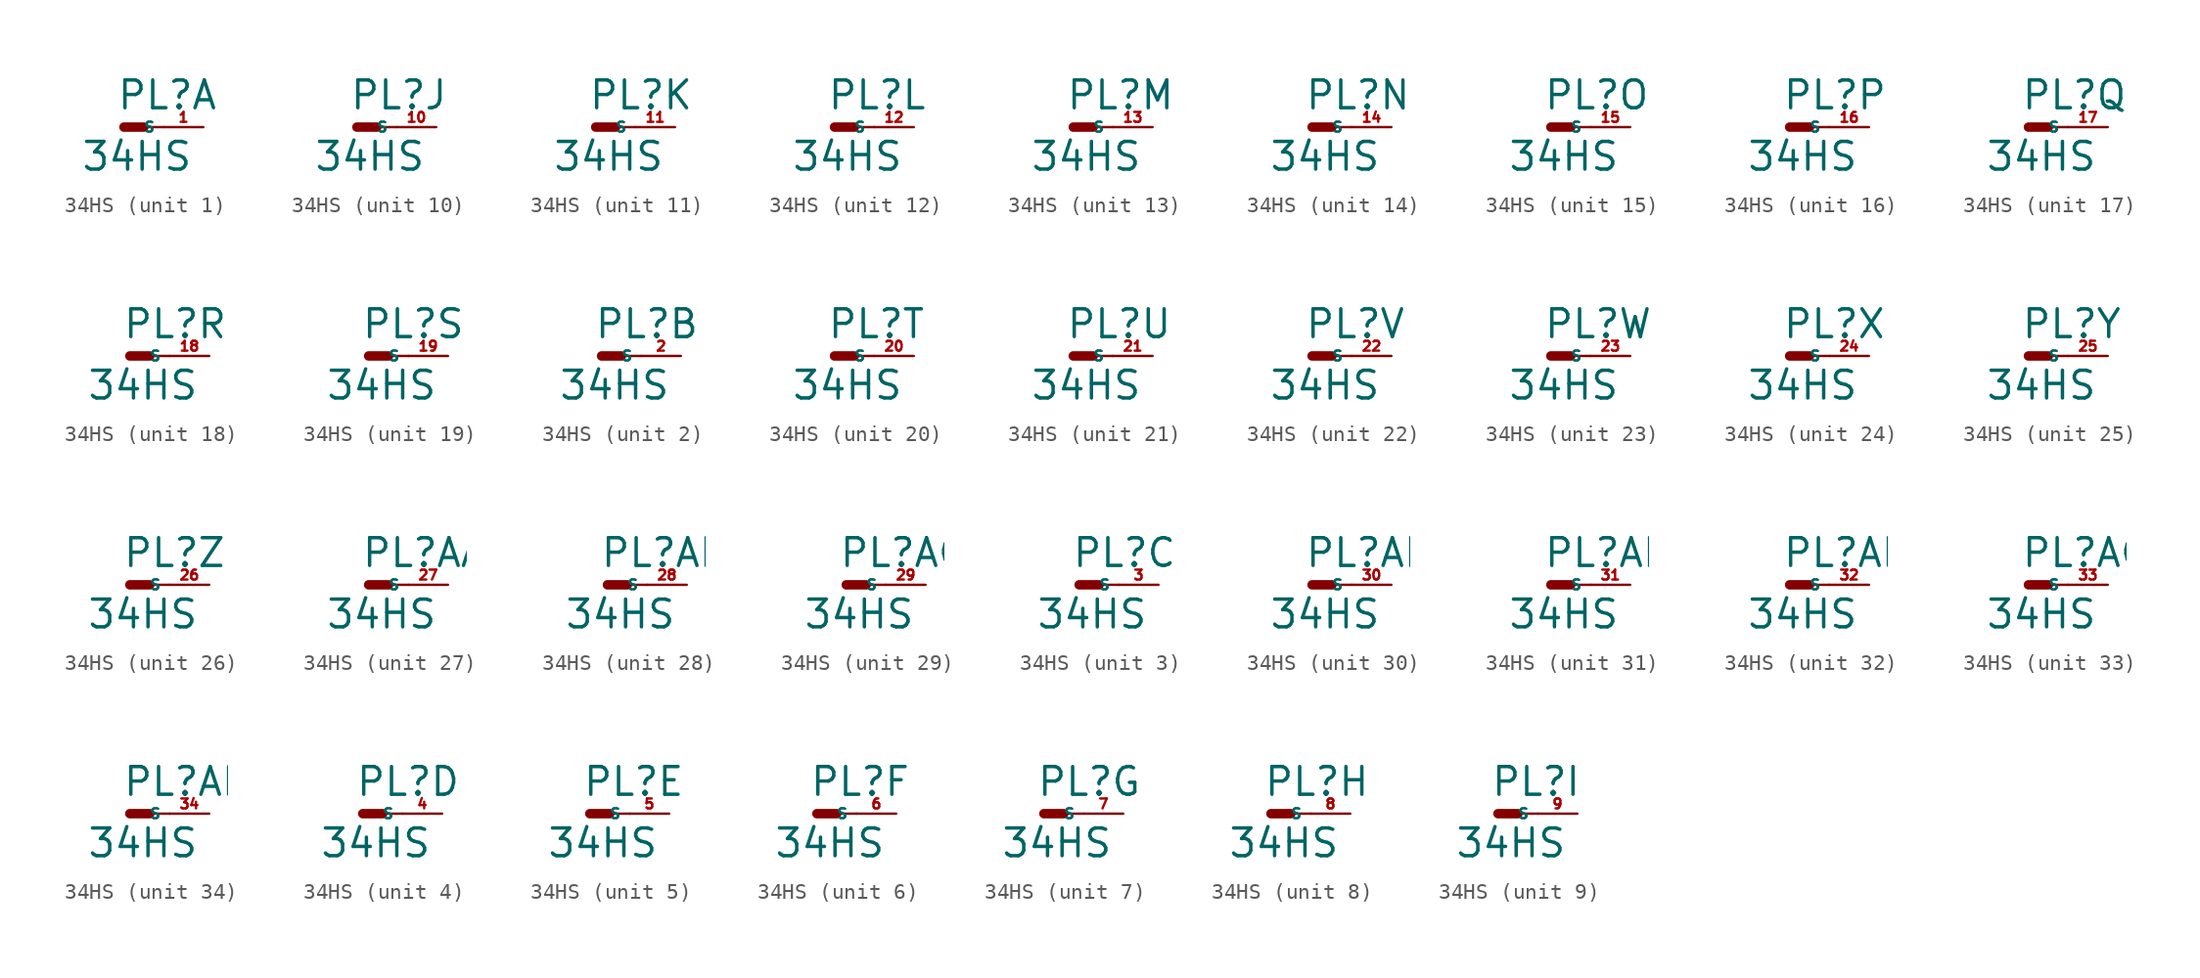
<source format=kicad_sym>
(kicad_symbol_lib
  (version 20220914)
  (generator Eagle2Kicad)
  (symbol "34HS"
    (property "Reference" "PL"
      (at -0.508 1.016 0)
      (effects (font (size 1.778 1.778) (thickness 0.22)) (justify left bottom)))
    (property "Value" "34HS"
      (at -2.794 -2.921 0)
      (effects (font (size 1.778 1.778) (thickness 0.22)) (justify left bottom)))
    (symbol "34HS_1_0"
      (polyline (pts (xy 0 0) (xy 1.27 0)) (stroke (width 0.61) (type default)) (fill (type none)))
      (polyline (pts (xy 2.54 0) (xy 1.27 0)) (stroke (width 0.152) (type default)) (fill (type none)))
      (pin passive line (at 5.08 0 180) (length 2.54) (name "S" (effects (font (size 0.635 0.635) (thickness 0.08)) (justify left bottom))) (number "1" (effects (font (size 0.635 0.635) (thickness 0.08)) (justify left bottom)))))
    (symbol "34HS_2_0"
      (polyline (pts (xy 0 0) (xy 1.27 0)) (stroke (width 0.61) (type default)) (fill (type none)))
      (polyline (pts (xy 2.54 0) (xy 1.27 0)) (stroke (width 0.152) (type default)) (fill (type none)))
      (pin passive line (at 5.08 0 180) (length 2.54) (name "S" (effects (font (size 0.635 0.635) (thickness 0.08)) (justify left bottom))) (number "2" (effects (font (size 0.635 0.635) (thickness 0.08)) (justify left bottom)))))
    (symbol "34HS_3_0"
      (polyline (pts (xy 0 0) (xy 1.27 0)) (stroke (width 0.61) (type default)) (fill (type none)))
      (polyline (pts (xy 2.54 0) (xy 1.27 0)) (stroke (width 0.152) (type default)) (fill (type none)))
      (pin passive line (at 5.08 0 180) (length 2.54) (name "S" (effects (font (size 0.635 0.635) (thickness 0.08)) (justify left bottom))) (number "3" (effects (font (size 0.635 0.635) (thickness 0.08)) (justify left bottom)))))
    (symbol "34HS_4_0"
      (polyline (pts (xy 0 0) (xy 1.27 0)) (stroke (width 0.61) (type default)) (fill (type none)))
      (polyline (pts (xy 2.54 0) (xy 1.27 0)) (stroke (width 0.152) (type default)) (fill (type none)))
      (pin passive line (at 5.08 0 180) (length 2.54) (name "S" (effects (font (size 0.635 0.635) (thickness 0.08)) (justify left bottom))) (number "4" (effects (font (size 0.635 0.635) (thickness 0.08)) (justify left bottom)))))
    (symbol "34HS_5_0"
      (polyline (pts (xy 0 0) (xy 1.27 0)) (stroke (width 0.61) (type default)) (fill (type none)))
      (polyline (pts (xy 2.54 0) (xy 1.27 0)) (stroke (width 0.152) (type default)) (fill (type none)))
      (pin passive line (at 5.08 0 180) (length 2.54) (name "S" (effects (font (size 0.635 0.635) (thickness 0.08)) (justify left bottom))) (number "5" (effects (font (size 0.635 0.635) (thickness 0.08)) (justify left bottom)))))
    (symbol "34HS_6_0"
      (polyline (pts (xy 0 0) (xy 1.27 0)) (stroke (width 0.61) (type default)) (fill (type none)))
      (polyline (pts (xy 2.54 0) (xy 1.27 0)) (stroke (width 0.152) (type default)) (fill (type none)))
      (pin passive line (at 5.08 0 180) (length 2.54) (name "S" (effects (font (size 0.635 0.635) (thickness 0.08)) (justify left bottom))) (number "6" (effects (font (size 0.635 0.635) (thickness 0.08)) (justify left bottom)))))
    (symbol "34HS_7_0"
      (polyline (pts (xy 0 0) (xy 1.27 0)) (stroke (width 0.61) (type default)) (fill (type none)))
      (polyline (pts (xy 2.54 0) (xy 1.27 0)) (stroke (width 0.152) (type default)) (fill (type none)))
      (pin passive line (at 5.08 0 180) (length 2.54) (name "S" (effects (font (size 0.635 0.635) (thickness 0.08)) (justify left bottom))) (number "7" (effects (font (size 0.635 0.635) (thickness 0.08)) (justify left bottom)))))
    (symbol "34HS_8_0"
      (polyline (pts (xy 0 0) (xy 1.27 0)) (stroke (width 0.61) (type default)) (fill (type none)))
      (polyline (pts (xy 2.54 0) (xy 1.27 0)) (stroke (width 0.152) (type default)) (fill (type none)))
      (pin passive line (at 5.08 0 180) (length 2.54) (name "S" (effects (font (size 0.635 0.635) (thickness 0.08)) (justify left bottom))) (number "8" (effects (font (size 0.635 0.635) (thickness 0.08)) (justify left bottom)))))
    (symbol "34HS_9_0"
      (polyline (pts (xy 0 0) (xy 1.27 0)) (stroke (width 0.61) (type default)) (fill (type none)))
      (polyline (pts (xy 2.54 0) (xy 1.27 0)) (stroke (width 0.152) (type default)) (fill (type none)))
      (pin passive line (at 5.08 0 180) (length 2.54) (name "S" (effects (font (size 0.635 0.635) (thickness 0.08)) (justify left bottom))) (number "9" (effects (font (size 0.635 0.635) (thickness 0.08)) (justify left bottom)))))
    (symbol "34HS_10_0"
      (polyline (pts (xy 0 0) (xy 1.27 0)) (stroke (width 0.61) (type default)) (fill (type none)))
      (polyline (pts (xy 2.54 0) (xy 1.27 0)) (stroke (width 0.152) (type default)) (fill (type none)))
      (pin passive line (at 5.08 0 180) (length 2.54) (name "S" (effects (font (size 0.635 0.635) (thickness 0.08)) (justify left bottom))) (number "10" (effects (font (size 0.635 0.635) (thickness 0.08)) (justify left bottom)))))
    (symbol "34HS_11_0"
      (polyline (pts (xy 0 0) (xy 1.27 0)) (stroke (width 0.61) (type default)) (fill (type none)))
      (polyline (pts (xy 2.54 0) (xy 1.27 0)) (stroke (width 0.152) (type default)) (fill (type none)))
      (pin passive line (at 5.08 0 180) (length 2.54) (name "S" (effects (font (size 0.635 0.635) (thickness 0.08)) (justify left bottom))) (number "11" (effects (font (size 0.635 0.635) (thickness 0.08)) (justify left bottom)))))
    (symbol "34HS_12_0"
      (polyline (pts (xy 0 0) (xy 1.27 0)) (stroke (width 0.61) (type default)) (fill (type none)))
      (polyline (pts (xy 2.54 0) (xy 1.27 0)) (stroke (width 0.152) (type default)) (fill (type none)))
      (pin passive line (at 5.08 0 180) (length 2.54) (name "S" (effects (font (size 0.635 0.635) (thickness 0.08)) (justify left bottom))) (number "12" (effects (font (size 0.635 0.635) (thickness 0.08)) (justify left bottom)))))
    (symbol "34HS_13_0"
      (polyline (pts (xy 0 0) (xy 1.27 0)) (stroke (width 0.61) (type default)) (fill (type none)))
      (polyline (pts (xy 2.54 0) (xy 1.27 0)) (stroke (width 0.152) (type default)) (fill (type none)))
      (pin passive line (at 5.08 0 180) (length 2.54) (name "S" (effects (font (size 0.635 0.635) (thickness 0.08)) (justify left bottom))) (number "13" (effects (font (size 0.635 0.635) (thickness 0.08)) (justify left bottom)))))
    (symbol "34HS_14_0"
      (polyline (pts (xy 0 0) (xy 1.27 0)) (stroke (width 0.61) (type default)) (fill (type none)))
      (polyline (pts (xy 2.54 0) (xy 1.27 0)) (stroke (width 0.152) (type default)) (fill (type none)))
      (pin passive line (at 5.08 0 180) (length 2.54) (name "S" (effects (font (size 0.635 0.635) (thickness 0.08)) (justify left bottom))) (number "14" (effects (font (size 0.635 0.635) (thickness 0.08)) (justify left bottom)))))
    (symbol "34HS_15_0"
      (polyline (pts (xy 0 0) (xy 1.27 0)) (stroke (width 0.61) (type default)) (fill (type none)))
      (polyline (pts (xy 2.54 0) (xy 1.27 0)) (stroke (width 0.152) (type default)) (fill (type none)))
      (pin passive line (at 5.08 0 180) (length 2.54) (name "S" (effects (font (size 0.635 0.635) (thickness 0.08)) (justify left bottom))) (number "15" (effects (font (size 0.635 0.635) (thickness 0.08)) (justify left bottom)))))
    (symbol "34HS_16_0"
      (polyline (pts (xy 0 0) (xy 1.27 0)) (stroke (width 0.61) (type default)) (fill (type none)))
      (polyline (pts (xy 2.54 0) (xy 1.27 0)) (stroke (width 0.152) (type default)) (fill (type none)))
      (pin passive line (at 5.08 0 180) (length 2.54) (name "S" (effects (font (size 0.635 0.635) (thickness 0.08)) (justify left bottom))) (number "16" (effects (font (size 0.635 0.635) (thickness 0.08)) (justify left bottom)))))
    (symbol "34HS_17_0"
      (polyline (pts (xy 0 0) (xy 1.27 0)) (stroke (width 0.61) (type default)) (fill (type none)))
      (polyline (pts (xy 2.54 0) (xy 1.27 0)) (stroke (width 0.152) (type default)) (fill (type none)))
      (pin passive line (at 5.08 0 180) (length 2.54) (name "S" (effects (font (size 0.635 0.635) (thickness 0.08)) (justify left bottom))) (number "17" (effects (font (size 0.635 0.635) (thickness 0.08)) (justify left bottom)))))
    (symbol "34HS_18_0"
      (polyline (pts (xy 0 0) (xy 1.27 0)) (stroke (width 0.61) (type default)) (fill (type none)))
      (polyline (pts (xy 2.54 0) (xy 1.27 0)) (stroke (width 0.152) (type default)) (fill (type none)))
      (pin passive line (at 5.08 0 180) (length 2.54) (name "S" (effects (font (size 0.635 0.635) (thickness 0.08)) (justify left bottom))) (number "18" (effects (font (size 0.635 0.635) (thickness 0.08)) (justify left bottom)))))
    (symbol "34HS_19_0"
      (polyline (pts (xy 0 0) (xy 1.27 0)) (stroke (width 0.61) (type default)) (fill (type none)))
      (polyline (pts (xy 2.54 0) (xy 1.27 0)) (stroke (width 0.152) (type default)) (fill (type none)))
      (pin passive line (at 5.08 0 180) (length 2.54) (name "S" (effects (font (size 0.635 0.635) (thickness 0.08)) (justify left bottom))) (number "19" (effects (font (size 0.635 0.635) (thickness 0.08)) (justify left bottom)))))
    (symbol "34HS_20_0"
      (polyline (pts (xy 0 0) (xy 1.27 0)) (stroke (width 0.61) (type default)) (fill (type none)))
      (polyline (pts (xy 2.54 0) (xy 1.27 0)) (stroke (width 0.152) (type default)) (fill (type none)))
      (pin passive line (at 5.08 0 180) (length 2.54) (name "S" (effects (font (size 0.635 0.635) (thickness 0.08)) (justify left bottom))) (number "20" (effects (font (size 0.635 0.635) (thickness 0.08)) (justify left bottom)))))
    (symbol "34HS_21_0"
      (polyline (pts (xy 0 0) (xy 1.27 0)) (stroke (width 0.61) (type default)) (fill (type none)))
      (polyline (pts (xy 2.54 0) (xy 1.27 0)) (stroke (width 0.152) (type default)) (fill (type none)))
      (pin passive line (at 5.08 0 180) (length 2.54) (name "S" (effects (font (size 0.635 0.635) (thickness 0.08)) (justify left bottom))) (number "21" (effects (font (size 0.635 0.635) (thickness 0.08)) (justify left bottom)))))
    (symbol "34HS_22_0"
      (polyline (pts (xy 0 0) (xy 1.27 0)) (stroke (width 0.61) (type default)) (fill (type none)))
      (polyline (pts (xy 2.54 0) (xy 1.27 0)) (stroke (width 0.152) (type default)) (fill (type none)))
      (pin passive line (at 5.08 0 180) (length 2.54) (name "S" (effects (font (size 0.635 0.635) (thickness 0.08)) (justify left bottom))) (number "22" (effects (font (size 0.635 0.635) (thickness 0.08)) (justify left bottom)))))
    (symbol "34HS_23_0"
      (polyline (pts (xy 0 0) (xy 1.27 0)) (stroke (width 0.61) (type default)) (fill (type none)))
      (polyline (pts (xy 2.54 0) (xy 1.27 0)) (stroke (width 0.152) (type default)) (fill (type none)))
      (pin passive line (at 5.08 0 180) (length 2.54) (name "S" (effects (font (size 0.635 0.635) (thickness 0.08)) (justify left bottom))) (number "23" (effects (font (size 0.635 0.635) (thickness 0.08)) (justify left bottom)))))
    (symbol "34HS_24_0"
      (polyline (pts (xy 0 0) (xy 1.27 0)) (stroke (width 0.61) (type default)) (fill (type none)))
      (polyline (pts (xy 2.54 0) (xy 1.27 0)) (stroke (width 0.152) (type default)) (fill (type none)))
      (pin passive line (at 5.08 0 180) (length 2.54) (name "S" (effects (font (size 0.635 0.635) (thickness 0.08)) (justify left bottom))) (number "24" (effects (font (size 0.635 0.635) (thickness 0.08)) (justify left bottom)))))
    (symbol "34HS_25_0"
      (polyline (pts (xy 0 0) (xy 1.27 0)) (stroke (width 0.61) (type default)) (fill (type none)))
      (polyline (pts (xy 2.54 0) (xy 1.27 0)) (stroke (width 0.152) (type default)) (fill (type none)))
      (pin passive line (at 5.08 0 180) (length 2.54) (name "S" (effects (font (size 0.635 0.635) (thickness 0.08)) (justify left bottom))) (number "25" (effects (font (size 0.635 0.635) (thickness 0.08)) (justify left bottom)))))
    (symbol "34HS_26_0"
      (polyline (pts (xy 0 0) (xy 1.27 0)) (stroke (width 0.61) (type default)) (fill (type none)))
      (polyline (pts (xy 2.54 0) (xy 1.27 0)) (stroke (width 0.152) (type default)) (fill (type none)))
      (pin passive line (at 5.08 0 180) (length 2.54) (name "S" (effects (font (size 0.635 0.635) (thickness 0.08)) (justify left bottom))) (number "26" (effects (font (size 0.635 0.635) (thickness 0.08)) (justify left bottom)))))
    (symbol "34HS_27_0"
      (polyline (pts (xy 0 0) (xy 1.27 0)) (stroke (width 0.61) (type default)) (fill (type none)))
      (polyline (pts (xy 2.54 0) (xy 1.27 0)) (stroke (width 0.152) (type default)) (fill (type none)))
      (pin passive line (at 5.08 0 180) (length 2.54) (name "S" (effects (font (size 0.635 0.635) (thickness 0.08)) (justify left bottom))) (number "27" (effects (font (size 0.635 0.635) (thickness 0.08)) (justify left bottom)))))
    (symbol "34HS_28_0"
      (polyline (pts (xy 0 0) (xy 1.27 0)) (stroke (width 0.61) (type default)) (fill (type none)))
      (polyline (pts (xy 2.54 0) (xy 1.27 0)) (stroke (width 0.152) (type default)) (fill (type none)))
      (pin passive line (at 5.08 0 180) (length 2.54) (name "S" (effects (font (size 0.635 0.635) (thickness 0.08)) (justify left bottom))) (number "28" (effects (font (size 0.635 0.635) (thickness 0.08)) (justify left bottom)))))
    (symbol "34HS_29_0"
      (polyline (pts (xy 0 0) (xy 1.27 0)) (stroke (width 0.61) (type default)) (fill (type none)))
      (polyline (pts (xy 2.54 0) (xy 1.27 0)) (stroke (width 0.152) (type default)) (fill (type none)))
      (pin passive line (at 5.08 0 180) (length 2.54) (name "S" (effects (font (size 0.635 0.635) (thickness 0.08)) (justify left bottom))) (number "29" (effects (font (size 0.635 0.635) (thickness 0.08)) (justify left bottom)))))
    (symbol "34HS_30_0"
      (polyline (pts (xy 0 0) (xy 1.27 0)) (stroke (width 0.61) (type default)) (fill (type none)))
      (polyline (pts (xy 2.54 0) (xy 1.27 0)) (stroke (width 0.152) (type default)) (fill (type none)))
      (pin passive line (at 5.08 0 180) (length 2.54) (name "S" (effects (font (size 0.635 0.635) (thickness 0.08)) (justify left bottom))) (number "30" (effects (font (size 0.635 0.635) (thickness 0.08)) (justify left bottom)))))
    (symbol "34HS_31_0"
      (polyline (pts (xy 0 0) (xy 1.27 0)) (stroke (width 0.61) (type default)) (fill (type none)))
      (polyline (pts (xy 2.54 0) (xy 1.27 0)) (stroke (width 0.152) (type default)) (fill (type none)))
      (pin passive line (at 5.08 0 180) (length 2.54) (name "S" (effects (font (size 0.635 0.635) (thickness 0.08)) (justify left bottom))) (number "31" (effects (font (size 0.635 0.635) (thickness 0.08)) (justify left bottom)))))
    (symbol "34HS_32_0"
      (polyline (pts (xy 0 0) (xy 1.27 0)) (stroke (width 0.61) (type default)) (fill (type none)))
      (polyline (pts (xy 2.54 0) (xy 1.27 0)) (stroke (width 0.152) (type default)) (fill (type none)))
      (pin passive line (at 5.08 0 180) (length 2.54) (name "S" (effects (font (size 0.635 0.635) (thickness 0.08)) (justify left bottom))) (number "32" (effects (font (size 0.635 0.635) (thickness 0.08)) (justify left bottom)))))
    (symbol "34HS_33_0"
      (polyline (pts (xy 0 0) (xy 1.27 0)) (stroke (width 0.61) (type default)) (fill (type none)))
      (polyline (pts (xy 2.54 0) (xy 1.27 0)) (stroke (width 0.152) (type default)) (fill (type none)))
      (pin passive line (at 5.08 0 180) (length 2.54) (name "S" (effects (font (size 0.635 0.635) (thickness 0.08)) (justify left bottom))) (number "33" (effects (font (size 0.635 0.635) (thickness 0.08)) (justify left bottom)))))
    (symbol "34HS_34_0"
      (polyline (pts (xy 0 0) (xy 1.27 0)) (stroke (width 0.61) (type default)) (fill (type none)))
      (polyline (pts (xy 2.54 0) (xy 1.27 0)) (stroke (width 0.152) (type default)) (fill (type none)))
      (pin passive line (at 5.08 0 180) (length 2.54) (name "S" (effects (font (size 0.635 0.635) (thickness 0.08)) (justify left bottom))) (number "34" (effects (font (size 0.635 0.635) (thickness 0.08)) (justify left bottom)))))))
</source>
